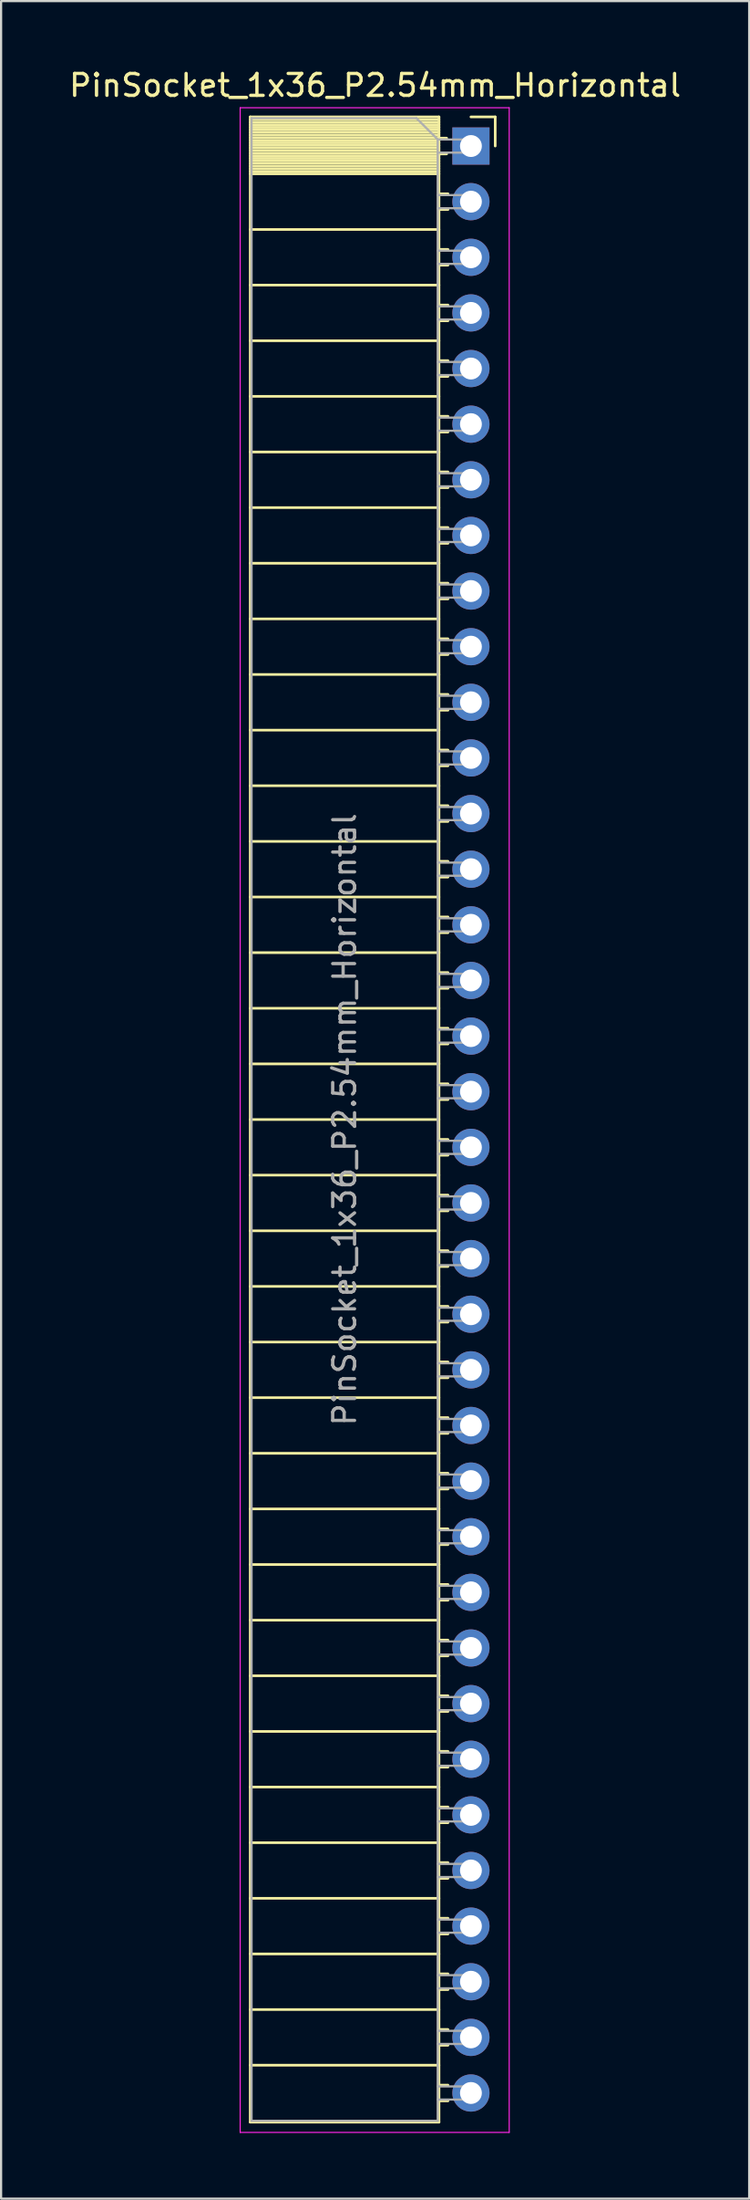
<source format=kicad_pcb>
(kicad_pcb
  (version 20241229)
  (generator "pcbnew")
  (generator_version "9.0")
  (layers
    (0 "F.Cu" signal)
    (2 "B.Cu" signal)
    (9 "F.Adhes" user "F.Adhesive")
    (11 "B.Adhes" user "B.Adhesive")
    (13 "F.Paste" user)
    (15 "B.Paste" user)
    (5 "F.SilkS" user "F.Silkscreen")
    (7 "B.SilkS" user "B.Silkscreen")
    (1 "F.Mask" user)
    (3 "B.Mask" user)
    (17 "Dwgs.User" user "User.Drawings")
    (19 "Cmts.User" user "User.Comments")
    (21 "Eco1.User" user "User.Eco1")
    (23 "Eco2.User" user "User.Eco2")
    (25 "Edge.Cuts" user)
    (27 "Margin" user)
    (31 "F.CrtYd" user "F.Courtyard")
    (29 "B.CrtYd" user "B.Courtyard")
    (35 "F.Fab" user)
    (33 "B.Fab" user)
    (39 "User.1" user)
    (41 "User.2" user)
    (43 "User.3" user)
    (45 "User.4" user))
  (footprint "PinSocket_1x36_P2.54mm_Horizontal"
    (layer "F.Cu")
    (at 18.481 3.618)
    (property "Reference" "PinSocket_1x36_P2.54mm_Horizontal" (at -4.38 -2.77 0) (layer "F.SilkS") (effects (font (size 1 1) (thickness 0.15))))
    (attr through_hole)
    (fp_line (start -10.09 -1.33) (end -10.09 90.23) (stroke (width 0.12) (type solid)) (layer "F.SilkS"))
    (fp_line (start -10.09 -1.33) (end -1.46 -1.33) (stroke (width 0.12) (type solid)) (layer "F.SilkS"))
    (fp_line (start -10.09 -1.21) (end -1.46 -1.21) (stroke (width 0.12) (type solid)) (layer "F.SilkS"))
    (fp_line (start -10.09 -1.092) (end -1.46 -1.092) (stroke (width 0.12) (type solid)) (layer "F.SilkS"))
    (fp_line (start -10.09 -0.974) (end -1.46 -0.974) (stroke (width 0.12) (type solid)) (layer "F.SilkS"))
    (fp_line (start -10.09 -0.856) (end -1.46 -0.856) (stroke (width 0.12) (type solid)) (layer "F.SilkS"))
    (fp_line (start -10.09 -0.738) (end -1.46 -0.738) (stroke (width 0.12) (type solid)) (layer "F.SilkS"))
    (fp_line (start -10.09 -0.62) (end -1.46 -0.62) (stroke (width 0.12) (type solid)) (layer "F.SilkS"))
    (fp_line (start -10.09 -0.501) (end -1.46 -0.501) (stroke (width 0.12) (type solid)) (layer "F.SilkS"))
    (fp_line (start -10.09 -0.383) (end -1.46 -0.383) (stroke (width 0.12) (type solid)) (layer "F.SilkS"))
    (fp_line (start -10.09 -0.265) (end -1.46 -0.265) (stroke (width 0.12) (type solid)) (layer "F.SilkS"))
    (fp_line (start -10.09 -0.147) (end -1.46 -0.147) (stroke (width 0.12) (type solid)) (layer "F.SilkS"))
    (fp_line (start -10.09 -0.029) (end -1.46 -0.029) (stroke (width 0.12) (type solid)) (layer "F.SilkS"))
    (fp_line (start -10.09 0.089) (end -1.46 0.089) (stroke (width 0.12) (type solid)) (layer "F.SilkS"))
    (fp_line (start -10.09 0.207) (end -1.46 0.207) (stroke (width 0.12) (type solid)) (layer "F.SilkS"))
    (fp_line (start -10.09 0.325) (end -1.46 0.325) (stroke (width 0.12) (type solid)) (layer "F.SilkS"))
    (fp_line (start -10.09 0.443) (end -1.46 0.443) (stroke (width 0.12) (type solid)) (layer "F.SilkS"))
    (fp_line (start -10.09 0.561) (end -1.46 0.561) (stroke (width 0.12) (type solid)) (layer "F.SilkS"))
    (fp_line (start -10.09 0.68) (end -1.46 0.68) (stroke (width 0.12) (type solid)) (layer "F.SilkS"))
    (fp_line (start -10.09 0.798) (end -1.46 0.798) (stroke (width 0.12) (type solid)) (layer "F.SilkS"))
    (fp_line (start -10.09 0.916) (end -1.46 0.916) (stroke (width 0.12) (type solid)) (layer "F.SilkS"))
    (fp_line (start -10.09 1.034) (end -1.46 1.034) (stroke (width 0.12) (type solid)) (layer "F.SilkS"))
    (fp_line (start -10.09 1.152) (end -1.46 1.152) (stroke (width 0.12) (type solid)) (layer "F.SilkS"))
    (fp_line (start -10.09 1.27) (end -1.46 1.27) (stroke (width 0.12) (type solid)) (layer "F.SilkS"))
    (fp_line (start -10.09 3.81) (end -1.46 3.81) (stroke (width 0.12) (type solid)) (layer "F.SilkS"))
    (fp_line (start -10.09 6.35) (end -1.46 6.35) (stroke (width 0.12) (type solid)) (layer "F.SilkS"))
    (fp_line (start -10.09 8.89) (end -1.46 8.89) (stroke (width 0.12) (type solid)) (layer "F.SilkS"))
    (fp_line (start -10.09 11.43) (end -1.46 11.43) (stroke (width 0.12) (type solid)) (layer "F.SilkS"))
    (fp_line (start -10.09 13.97) (end -1.46 13.97) (stroke (width 0.12) (type solid)) (layer "F.SilkS"))
    (fp_line (start -10.09 16.51) (end -1.46 16.51) (stroke (width 0.12) (type solid)) (layer "F.SilkS"))
    (fp_line (start -10.09 19.05) (end -1.46 19.05) (stroke (width 0.12) (type solid)) (layer "F.SilkS"))
    (fp_line (start -10.09 21.59) (end -1.46 21.59) (stroke (width 0.12) (type solid)) (layer "F.SilkS"))
    (fp_line (start -10.09 24.13) (end -1.46 24.13) (stroke (width 0.12) (type solid)) (layer "F.SilkS"))
    (fp_line (start -10.09 26.67) (end -1.46 26.67) (stroke (width 0.12) (type solid)) (layer "F.SilkS"))
    (fp_line (start -10.09 29.21) (end -1.46 29.21) (stroke (width 0.12) (type solid)) (layer "F.SilkS"))
    (fp_line (start -10.09 31.75) (end -1.46 31.75) (stroke (width 0.12) (type solid)) (layer "F.SilkS"))
    (fp_line (start -10.09 34.29) (end -1.46 34.29) (stroke (width 0.12) (type solid)) (layer "F.SilkS"))
    (fp_line (start -10.09 36.83) (end -1.46 36.83) (stroke (width 0.12) (type solid)) (layer "F.SilkS"))
    (fp_line (start -10.09 39.37) (end -1.46 39.37) (stroke (width 0.12) (type solid)) (layer "F.SilkS"))
    (fp_line (start -10.09 41.91) (end -1.46 41.91) (stroke (width 0.12) (type solid)) (layer "F.SilkS"))
    (fp_line (start -10.09 44.45) (end -1.46 44.45) (stroke (width 0.12) (type solid)) (layer "F.SilkS"))
    (fp_line (start -10.09 46.99) (end -1.46 46.99) (stroke (width 0.12) (type solid)) (layer "F.SilkS"))
    (fp_line (start -10.09 49.53) (end -1.46 49.53) (stroke (width 0.12) (type solid)) (layer "F.SilkS"))
    (fp_line (start -10.09 52.07) (end -1.46 52.07) (stroke (width 0.12) (type solid)) (layer "F.SilkS"))
    (fp_line (start -10.09 54.61) (end -1.46 54.61) (stroke (width 0.12) (type solid)) (layer "F.SilkS"))
    (fp_line (start -10.09 57.15) (end -1.46 57.15) (stroke (width 0.12) (type solid)) (layer "F.SilkS"))
    (fp_line (start -10.09 59.69) (end -1.46 59.69) (stroke (width 0.12) (type solid)) (layer "F.SilkS"))
    (fp_line (start -10.09 62.23) (end -1.46 62.23) (stroke (width 0.12) (type solid)) (layer "F.SilkS"))
    (fp_line (start -10.09 64.77) (end -1.46 64.77) (stroke (width 0.12) (type solid)) (layer "F.SilkS"))
    (fp_line (start -10.09 67.31) (end -1.46 67.31) (stroke (width 0.12) (type solid)) (layer "F.SilkS"))
    (fp_line (start -10.09 69.85) (end -1.46 69.85) (stroke (width 0.12) (type solid)) (layer "F.SilkS"))
    (fp_line (start -10.09 72.39) (end -1.46 72.39) (stroke (width 0.12) (type solid)) (layer "F.SilkS"))
    (fp_line (start -10.09 74.93) (end -1.46 74.93) (stroke (width 0.12) (type solid)) (layer "F.SilkS"))
    (fp_line (start -10.09 77.47) (end -1.46 77.47) (stroke (width 0.12) (type solid)) (layer "F.SilkS"))
    (fp_line (start -10.09 80.01) (end -1.46 80.01) (stroke (width 0.12) (type solid)) (layer "F.SilkS"))
    (fp_line (start -10.09 82.55) (end -1.46 82.55) (stroke (width 0.12) (type solid)) (layer "F.SilkS"))
    (fp_line (start -10.09 85.09) (end -1.46 85.09) (stroke (width 0.12) (type solid)) (layer "F.SilkS"))
    (fp_line (start -10.09 87.63) (end -1.46 87.63) (stroke (width 0.12) (type solid)) (layer "F.SilkS"))
    (fp_line (start -10.09 90.23) (end -1.46 90.23) (stroke (width 0.12) (type solid)) (layer "F.SilkS"))
    (fp_line (start -1.46 -1.33) (end -1.46 90.23) (stroke (width 0.12) (type solid)) (layer "F.SilkS"))
    (fp_line (start -1.46 -0.36) (end -1.11 -0.36) (stroke (width 0.12) (type solid)) (layer "F.SilkS"))
    (fp_line (start -1.46 0.36) (end -1.11 0.36) (stroke (width 0.12) (type solid)) (layer "F.SilkS"))
    (fp_line (start -1.46 2.18) (end -1.05 2.18) (stroke (width 0.12) (type solid)) (layer "F.SilkS"))
    (fp_line (start -1.46 2.9) (end -1.05 2.9) (stroke (width 0.12) (type solid)) (layer "F.SilkS"))
    (fp_line (start -1.46 4.72) (end -1.05 4.72) (stroke (width 0.12) (type solid)) (layer "F.SilkS"))
    (fp_line (start -1.46 5.44) (end -1.05 5.44) (stroke (width 0.12) (type solid)) (layer "F.SilkS"))
    (fp_line (start -1.46 7.26) (end -1.05 7.26) (stroke (width 0.12) (type solid)) (layer "F.SilkS"))
    (fp_line (start -1.46 7.98) (end -1.05 7.98) (stroke (width 0.12) (type solid)) (layer "F.SilkS"))
    (fp_line (start -1.46 9.8) (end -1.05 9.8) (stroke (width 0.12) (type solid)) (layer "F.SilkS"))
    (fp_line (start -1.46 10.52) (end -1.05 10.52) (stroke (width 0.12) (type solid)) (layer "F.SilkS"))
    (fp_line (start -1.46 12.34) (end -1.05 12.34) (stroke (width 0.12) (type solid)) (layer "F.SilkS"))
    (fp_line (start -1.46 13.06) (end -1.05 13.06) (stroke (width 0.12) (type solid)) (layer "F.SilkS"))
    (fp_line (start -1.46 14.88) (end -1.05 14.88) (stroke (width 0.12) (type solid)) (layer "F.SilkS"))
    (fp_line (start -1.46 15.6) (end -1.05 15.6) (stroke (width 0.12) (type solid)) (layer "F.SilkS"))
    (fp_line (start -1.46 17.42) (end -1.05 17.42) (stroke (width 0.12) (type solid)) (layer "F.SilkS"))
    (fp_line (start -1.46 18.14) (end -1.05 18.14) (stroke (width 0.12) (type solid)) (layer "F.SilkS"))
    (fp_line (start -1.46 19.96) (end -1.05 19.96) (stroke (width 0.12) (type solid)) (layer "F.SilkS"))
    (fp_line (start -1.46 20.68) (end -1.05 20.68) (stroke (width 0.12) (type solid)) (layer "F.SilkS"))
    (fp_line (start -1.46 22.5) (end -1.05 22.5) (stroke (width 0.12) (type solid)) (layer "F.SilkS"))
    (fp_line (start -1.46 23.22) (end -1.05 23.22) (stroke (width 0.12) (type solid)) (layer "F.SilkS"))
    (fp_line (start -1.46 25.04) (end -1.05 25.04) (stroke (width 0.12) (type solid)) (layer "F.SilkS"))
    (fp_line (start -1.46 25.76) (end -1.05 25.76) (stroke (width 0.12) (type solid)) (layer "F.SilkS"))
    (fp_line (start -1.46 27.58) (end -1.05 27.58) (stroke (width 0.12) (type solid)) (layer "F.SilkS"))
    (fp_line (start -1.46 28.3) (end -1.05 28.3) (stroke (width 0.12) (type solid)) (layer "F.SilkS"))
    (fp_line (start -1.46 30.12) (end -1.05 30.12) (stroke (width 0.12) (type solid)) (layer "F.SilkS"))
    (fp_line (start -1.46 30.84) (end -1.05 30.84) (stroke (width 0.12) (type solid)) (layer "F.SilkS"))
    (fp_line (start -1.46 32.66) (end -1.05 32.66) (stroke (width 0.12) (type solid)) (layer "F.SilkS"))
    (fp_line (start -1.46 33.38) (end -1.05 33.38) (stroke (width 0.12) (type solid)) (layer "F.SilkS"))
    (fp_line (start -1.46 35.2) (end -1.05 35.2) (stroke (width 0.12) (type solid)) (layer "F.SilkS"))
    (fp_line (start -1.46 35.92) (end -1.05 35.92) (stroke (width 0.12) (type solid)) (layer "F.SilkS"))
    (fp_line (start -1.46 37.74) (end -1.05 37.74) (stroke (width 0.12) (type solid)) (layer "F.SilkS"))
    (fp_line (start -1.46 38.46) (end -1.05 38.46) (stroke (width 0.12) (type solid)) (layer "F.SilkS"))
    (fp_line (start -1.46 40.28) (end -1.05 40.28) (stroke (width 0.12) (type solid)) (layer "F.SilkS"))
    (fp_line (start -1.46 41) (end -1.05 41) (stroke (width 0.12) (type solid)) (layer "F.SilkS"))
    (fp_line (start -1.46 42.82) (end -1.05 42.82) (stroke (width 0.12) (type solid)) (layer "F.SilkS"))
    (fp_line (start -1.46 43.54) (end -1.05 43.54) (stroke (width 0.12) (type solid)) (layer "F.SilkS"))
    (fp_line (start -1.46 45.36) (end -1.05 45.36) (stroke (width 0.12) (type solid)) (layer "F.SilkS"))
    (fp_line (start -1.46 46.08) (end -1.05 46.08) (stroke (width 0.12) (type solid)) (layer "F.SilkS"))
    (fp_line (start -1.46 47.9) (end -1.05 47.9) (stroke (width 0.12) (type solid)) (layer "F.SilkS"))
    (fp_line (start -1.46 48.62) (end -1.05 48.62) (stroke (width 0.12) (type solid)) (layer "F.SilkS"))
    (fp_line (start -1.46 50.44) (end -1.05 50.44) (stroke (width 0.12) (type solid)) (layer "F.SilkS"))
    (fp_line (start -1.46 51.16) (end -1.05 51.16) (stroke (width 0.12) (type solid)) (layer "F.SilkS"))
    (fp_line (start -1.46 52.98) (end -1.05 52.98) (stroke (width 0.12) (type solid)) (layer "F.SilkS"))
    (fp_line (start -1.46 53.7) (end -1.05 53.7) (stroke (width 0.12) (type solid)) (layer "F.SilkS"))
    (fp_line (start -1.46 55.52) (end -1.05 55.52) (stroke (width 0.12) (type solid)) (layer "F.SilkS"))
    (fp_line (start -1.46 56.24) (end -1.05 56.24) (stroke (width 0.12) (type solid)) (layer "F.SilkS"))
    (fp_line (start -1.46 58.06) (end -1.05 58.06) (stroke (width 0.12) (type solid)) (layer "F.SilkS"))
    (fp_line (start -1.46 58.78) (end -1.05 58.78) (stroke (width 0.12) (type solid)) (layer "F.SilkS"))
    (fp_line (start -1.46 60.6) (end -1.05 60.6) (stroke (width 0.12) (type solid)) (layer "F.SilkS"))
    (fp_line (start -1.46 61.32) (end -1.05 61.32) (stroke (width 0.12) (type solid)) (layer "F.SilkS"))
    (fp_line (start -1.46 63.14) (end -1.05 63.14) (stroke (width 0.12) (type solid)) (layer "F.SilkS"))
    (fp_line (start -1.46 63.86) (end -1.05 63.86) (stroke (width 0.12) (type solid)) (layer "F.SilkS"))
    (fp_line (start -1.46 65.68) (end -1.05 65.68) (stroke (width 0.12) (type solid)) (layer "F.SilkS"))
    (fp_line (start -1.46 66.4) (end -1.05 66.4) (stroke (width 0.12) (type solid)) (layer "F.SilkS"))
    (fp_line (start -1.46 68.22) (end -1.05 68.22) (stroke (width 0.12) (type solid)) (layer "F.SilkS"))
    (fp_line (start -1.46 68.94) (end -1.05 68.94) (stroke (width 0.12) (type solid)) (layer "F.SilkS"))
    (fp_line (start -1.46 70.76) (end -1.05 70.76) (stroke (width 0.12) (type solid)) (layer "F.SilkS"))
    (fp_line (start -1.46 71.48) (end -1.05 71.48) (stroke (width 0.12) (type solid)) (layer "F.SilkS"))
    (fp_line (start -1.46 73.3) (end -1.05 73.3) (stroke (width 0.12) (type solid)) (layer "F.SilkS"))
    (fp_line (start -1.46 74.02) (end -1.05 74.02) (stroke (width 0.12) (type solid)) (layer "F.SilkS"))
    (fp_line (start -1.46 75.84) (end -1.05 75.84) (stroke (width 0.12) (type solid)) (layer "F.SilkS"))
    (fp_line (start -1.46 76.56) (end -1.05 76.56) (stroke (width 0.12) (type solid)) (layer "F.SilkS"))
    (fp_line (start -1.46 78.38) (end -1.05 78.38) (stroke (width 0.12) (type solid)) (layer "F.SilkS"))
    (fp_line (start -1.46 79.1) (end -1.05 79.1) (stroke (width 0.12) (type solid)) (layer "F.SilkS"))
    (fp_line (start -1.46 80.92) (end -1.05 80.92) (stroke (width 0.12) (type solid)) (layer "F.SilkS"))
    (fp_line (start -1.46 81.64) (end -1.05 81.64) (stroke (width 0.12) (type solid)) (layer "F.SilkS"))
    (fp_line (start -1.46 83.46) (end -1.05 83.46) (stroke (width 0.12) (type solid)) (layer "F.SilkS"))
    (fp_line (start -1.46 84.18) (end -1.05 84.18) (stroke (width 0.12) (type solid)) (layer "F.SilkS"))
    (fp_line (start -1.46 86) (end -1.05 86) (stroke (width 0.12) (type solid)) (layer "F.SilkS"))
    (fp_line (start -1.46 86.72) (end -1.05 86.72) (stroke (width 0.12) (type solid)) (layer "F.SilkS"))
    (fp_line (start -1.46 88.54) (end -1.05 88.54) (stroke (width 0.12) (type solid)) (layer "F.SilkS"))
    (fp_line (start -1.46 89.26) (end -1.05 89.26) (stroke (width 0.12) (type solid)) (layer "F.SilkS"))
    (fp_line (start 0 -1.33) (end 1.11 -1.33) (stroke (width 0.12) (type solid)) (layer "F.SilkS"))
    (fp_line (start 1.11 -1.33) (end 1.11 0) (stroke (width 0.12) (type solid)) (layer "F.SilkS"))
    (fp_line (start -10.55 -1.75) (end -10.55 90.7) (stroke (width 0.05) (type solid)) (layer "F.CrtYd"))
    (fp_line (start -10.55 90.7) (end 1.75 90.7) (stroke (width 0.05) (type solid)) (layer "F.CrtYd"))
    (fp_line (start 1.75 -1.75) (end -10.55 -1.75) (stroke (width 0.05) (type solid)) (layer "F.CrtYd"))
    (fp_line (start 1.75 90.7) (end 1.75 -1.75) (stroke (width 0.05) (type solid)) (layer "F.CrtYd"))
    (fp_line (start -10.03 -1.27) (end -2.49 -1.27) (stroke (width 0.1) (type solid)) (layer "F.Fab"))
    (fp_line (start -10.03 90.17) (end -10.03 -1.27) (stroke (width 0.1) (type solid)) (layer "F.Fab"))
    (fp_line (start -2.49 -1.27) (end -1.52 -0.3) (stroke (width 0.1) (type solid)) (layer "F.Fab"))
    (fp_line (start -1.52 -0.3) (end -1.52 90.17) (stroke (width 0.1) (type solid)) (layer "F.Fab"))
    (fp_line (start -1.52 0.3) (end 0 0.3) (stroke (width 0.1) (type solid)) (layer "F.Fab"))
    (fp_line (start -1.52 2.84) (end 0 2.84) (stroke (width 0.1) (type solid)) (layer "F.Fab"))
    (fp_line (start -1.52 5.38) (end 0 5.38) (stroke (width 0.1) (type solid)) (layer "F.Fab"))
    (fp_line (start -1.52 7.92) (end 0 7.92) (stroke (width 0.1) (type solid)) (layer "F.Fab"))
    (fp_line (start -1.52 10.46) (end 0 10.46) (stroke (width 0.1) (type solid)) (layer "F.Fab"))
    (fp_line (start -1.52 13) (end 0 13) (stroke (width 0.1) (type solid)) (layer "F.Fab"))
    (fp_line (start -1.52 15.54) (end 0 15.54) (stroke (width 0.1) (type solid)) (layer "F.Fab"))
    (fp_line (start -1.52 18.08) (end 0 18.08) (stroke (width 0.1) (type solid)) (layer "F.Fab"))
    (fp_line (start -1.52 20.62) (end 0 20.62) (stroke (width 0.1) (type solid)) (layer "F.Fab"))
    (fp_line (start -1.52 23.16) (end 0 23.16) (stroke (width 0.1) (type solid)) (layer "F.Fab"))
    (fp_line (start -1.52 25.7) (end 0 25.7) (stroke (width 0.1) (type solid)) (layer "F.Fab"))
    (fp_line (start -1.52 28.24) (end 0 28.24) (stroke (width 0.1) (type solid)) (layer "F.Fab"))
    (fp_line (start -1.52 30.78) (end 0 30.78) (stroke (width 0.1) (type solid)) (layer "F.Fab"))
    (fp_line (start -1.52 33.32) (end 0 33.32) (stroke (width 0.1) (type solid)) (layer "F.Fab"))
    (fp_line (start -1.52 35.86) (end 0 35.86) (stroke (width 0.1) (type solid)) (layer "F.Fab"))
    (fp_line (start -1.52 38.4) (end 0 38.4) (stroke (width 0.1) (type solid)) (layer "F.Fab"))
    (fp_line (start -1.52 40.94) (end 0 40.94) (stroke (width 0.1) (type solid)) (layer "F.Fab"))
    (fp_line (start -1.52 43.48) (end 0 43.48) (stroke (width 0.1) (type solid)) (layer "F.Fab"))
    (fp_line (start -1.52 46.02) (end 0 46.02) (stroke (width 0.1) (type solid)) (layer "F.Fab"))
    (fp_line (start -1.52 48.56) (end 0 48.56) (stroke (width 0.1) (type solid)) (layer "F.Fab"))
    (fp_line (start -1.52 51.1) (end 0 51.1) (stroke (width 0.1) (type solid)) (layer "F.Fab"))
    (fp_line (start -1.52 53.64) (end 0 53.64) (stroke (width 0.1) (type solid)) (layer "F.Fab"))
    (fp_line (start -1.52 56.18) (end 0 56.18) (stroke (width 0.1) (type solid)) (layer "F.Fab"))
    (fp_line (start -1.52 58.72) (end 0 58.72) (stroke (width 0.1) (type solid)) (layer "F.Fab"))
    (fp_line (start -1.52 61.26) (end 0 61.26) (stroke (width 0.1) (type solid)) (layer "F.Fab"))
    (fp_line (start -1.52 63.8) (end 0 63.8) (stroke (width 0.1) (type solid)) (layer "F.Fab"))
    (fp_line (start -1.52 66.34) (end 0 66.34) (stroke (width 0.1) (type solid)) (layer "F.Fab"))
    (fp_line (start -1.52 68.88) (end 0 68.88) (stroke (width 0.1) (type solid)) (layer "F.Fab"))
    (fp_line (start -1.52 71.42) (end 0 71.42) (stroke (width 0.1) (type solid)) (layer "F.Fab"))
    (fp_line (start -1.52 73.96) (end 0 73.96) (stroke (width 0.1) (type solid)) (layer "F.Fab"))
    (fp_line (start -1.52 76.5) (end 0 76.5) (stroke (width 0.1) (type solid)) (layer "F.Fab"))
    (fp_line (start -1.52 79.04) (end 0 79.04) (stroke (width 0.1) (type solid)) (layer "F.Fab"))
    (fp_line (start -1.52 81.58) (end 0 81.58) (stroke (width 0.1) (type solid)) (layer "F.Fab"))
    (fp_line (start -1.52 84.12) (end 0 84.12) (stroke (width 0.1) (type solid)) (layer "F.Fab"))
    (fp_line (start -1.52 86.66) (end 0 86.66) (stroke (width 0.1) (type solid)) (layer "F.Fab"))
    (fp_line (start -1.52 89.2) (end 0 89.2) (stroke (width 0.1) (type solid)) (layer "F.Fab"))
    (fp_line (start -1.52 90.17) (end -10.03 90.17) (stroke (width 0.1) (type solid)) (layer "F.Fab"))
    (fp_line (start 0 -0.3) (end -1.52 -0.3) (stroke (width 0.1) (type solid)) (layer "F.Fab"))
    (fp_line (start 0 0.3) (end 0 -0.3) (stroke (width 0.1) (type solid)) (layer "F.Fab"))
    (fp_line (start 0 2.24) (end -1.52 2.24) (stroke (width 0.1) (type solid)) (layer "F.Fab"))
    (fp_line (start 0 2.84) (end 0 2.24) (stroke (width 0.1) (type solid)) (layer "F.Fab"))
    (fp_line (start 0 4.78) (end -1.52 4.78) (stroke (width 0.1) (type solid)) (layer "F.Fab"))
    (fp_line (start 0 5.38) (end 0 4.78) (stroke (width 0.1) (type solid)) (layer "F.Fab"))
    (fp_line (start 0 7.32) (end -1.52 7.32) (stroke (width 0.1) (type solid)) (layer "F.Fab"))
    (fp_line (start 0 7.92) (end 0 7.32) (stroke (width 0.1) (type solid)) (layer "F.Fab"))
    (fp_line (start 0 9.86) (end -1.52 9.86) (stroke (width 0.1) (type solid)) (layer "F.Fab"))
    (fp_line (start 0 10.46) (end 0 9.86) (stroke (width 0.1) (type solid)) (layer "F.Fab"))
    (fp_line (start 0 12.4) (end -1.52 12.4) (stroke (width 0.1) (type solid)) (layer "F.Fab"))
    (fp_line (start 0 13) (end 0 12.4) (stroke (width 0.1) (type solid)) (layer "F.Fab"))
    (fp_line (start 0 14.94) (end -1.52 14.94) (stroke (width 0.1) (type solid)) (layer "F.Fab"))
    (fp_line (start 0 15.54) (end 0 14.94) (stroke (width 0.1) (type solid)) (layer "F.Fab"))
    (fp_line (start 0 17.48) (end -1.52 17.48) (stroke (width 0.1) (type solid)) (layer "F.Fab"))
    (fp_line (start 0 18.08) (end 0 17.48) (stroke (width 0.1) (type solid)) (layer "F.Fab"))
    (fp_line (start 0 20.02) (end -1.52 20.02) (stroke (width 0.1) (type solid)) (layer "F.Fab"))
    (fp_line (start 0 20.62) (end 0 20.02) (stroke (width 0.1) (type solid)) (layer "F.Fab"))
    (fp_line (start 0 22.56) (end -1.52 22.56) (stroke (width 0.1) (type solid)) (layer "F.Fab"))
    (fp_line (start 0 23.16) (end 0 22.56) (stroke (width 0.1) (type solid)) (layer "F.Fab"))
    (fp_line (start 0 25.1) (end -1.52 25.1) (stroke (width 0.1) (type solid)) (layer "F.Fab"))
    (fp_line (start 0 25.7) (end 0 25.1) (stroke (width 0.1) (type solid)) (layer "F.Fab"))
    (fp_line (start 0 27.64) (end -1.52 27.64) (stroke (width 0.1) (type solid)) (layer "F.Fab"))
    (fp_line (start 0 28.24) (end 0 27.64) (stroke (width 0.1) (type solid)) (layer "F.Fab"))
    (fp_line (start 0 30.18) (end -1.52 30.18) (stroke (width 0.1) (type solid)) (layer "F.Fab"))
    (fp_line (start 0 30.78) (end 0 30.18) (stroke (width 0.1) (type solid)) (layer "F.Fab"))
    (fp_line (start 0 32.72) (end -1.52 32.72) (stroke (width 0.1) (type solid)) (layer "F.Fab"))
    (fp_line (start 0 33.32) (end 0 32.72) (stroke (width 0.1) (type solid)) (layer "F.Fab"))
    (fp_line (start 0 35.26) (end -1.52 35.26) (stroke (width 0.1) (type solid)) (layer "F.Fab"))
    (fp_line (start 0 35.86) (end 0 35.26) (stroke (width 0.1) (type solid)) (layer "F.Fab"))
    (fp_line (start 0 37.8) (end -1.52 37.8) (stroke (width 0.1) (type solid)) (layer "F.Fab"))
    (fp_line (start 0 38.4) (end 0 37.8) (stroke (width 0.1) (type solid)) (layer "F.Fab"))
    (fp_line (start 0 40.34) (end -1.52 40.34) (stroke (width 0.1) (type solid)) (layer "F.Fab"))
    (fp_line (start 0 40.94) (end 0 40.34) (stroke (width 0.1) (type solid)) (layer "F.Fab"))
    (fp_line (start 0 42.88) (end -1.52 42.88) (stroke (width 0.1) (type solid)) (layer "F.Fab"))
    (fp_line (start 0 43.48) (end 0 42.88) (stroke (width 0.1) (type solid)) (layer "F.Fab"))
    (fp_line (start 0 45.42) (end -1.52 45.42) (stroke (width 0.1) (type solid)) (layer "F.Fab"))
    (fp_line (start 0 46.02) (end 0 45.42) (stroke (width 0.1) (type solid)) (layer "F.Fab"))
    (fp_line (start 0 47.96) (end -1.52 47.96) (stroke (width 0.1) (type solid)) (layer "F.Fab"))
    (fp_line (start 0 48.56) (end 0 47.96) (stroke (width 0.1) (type solid)) (layer "F.Fab"))
    (fp_line (start 0 50.5) (end -1.52 50.5) (stroke (width 0.1) (type solid)) (layer "F.Fab"))
    (fp_line (start 0 51.1) (end 0 50.5) (stroke (width 0.1) (type solid)) (layer "F.Fab"))
    (fp_line (start 0 53.04) (end -1.52 53.04) (stroke (width 0.1) (type solid)) (layer "F.Fab"))
    (fp_line (start 0 53.64) (end 0 53.04) (stroke (width 0.1) (type solid)) (layer "F.Fab"))
    (fp_line (start 0 55.58) (end -1.52 55.58) (stroke (width 0.1) (type solid)) (layer "F.Fab"))
    (fp_line (start 0 56.18) (end 0 55.58) (stroke (width 0.1) (type solid)) (layer "F.Fab"))
    (fp_line (start 0 58.12) (end -1.52 58.12) (stroke (width 0.1) (type solid)) (layer "F.Fab"))
    (fp_line (start 0 58.72) (end 0 58.12) (stroke (width 0.1) (type solid)) (layer "F.Fab"))
    (fp_line (start 0 60.66) (end -1.52 60.66) (stroke (width 0.1) (type solid)) (layer "F.Fab"))
    (fp_line (start 0 61.26) (end 0 60.66) (stroke (width 0.1) (type solid)) (layer "F.Fab"))
    (fp_line (start 0 63.2) (end -1.52 63.2) (stroke (width 0.1) (type solid)) (layer "F.Fab"))
    (fp_line (start 0 63.8) (end 0 63.2) (stroke (width 0.1) (type solid)) (layer "F.Fab"))
    (fp_line (start 0 65.74) (end -1.52 65.74) (stroke (width 0.1) (type solid)) (layer "F.Fab"))
    (fp_line (start 0 66.34) (end 0 65.74) (stroke (width 0.1) (type solid)) (layer "F.Fab"))
    (fp_line (start 0 68.28) (end -1.52 68.28) (stroke (width 0.1) (type solid)) (layer "F.Fab"))
    (fp_line (start 0 68.88) (end 0 68.28) (stroke (width 0.1) (type solid)) (layer "F.Fab"))
    (fp_line (start 0 70.82) (end -1.52 70.82) (stroke (width 0.1) (type solid)) (layer "F.Fab"))
    (fp_line (start 0 71.42) (end 0 70.82) (stroke (width 0.1) (type solid)) (layer "F.Fab"))
    (fp_line (start 0 73.36) (end -1.52 73.36) (stroke (width 0.1) (type solid)) (layer "F.Fab"))
    (fp_line (start 0 73.96) (end 0 73.36) (stroke (width 0.1) (type solid)) (layer "F.Fab"))
    (fp_line (start 0 75.9) (end -1.52 75.9) (stroke (width 0.1) (type solid)) (layer "F.Fab"))
    (fp_line (start 0 76.5) (end 0 75.9) (stroke (width 0.1) (type solid)) (layer "F.Fab"))
    (fp_line (start 0 78.44) (end -1.52 78.44) (stroke (width 0.1) (type solid)) (layer "F.Fab"))
    (fp_line (start 0 79.04) (end 0 78.44) (stroke (width 0.1) (type solid)) (layer "F.Fab"))
    (fp_line (start 0 80.98) (end -1.52 80.98) (stroke (width 0.1) (type solid)) (layer "F.Fab"))
    (fp_line (start 0 81.58) (end 0 80.98) (stroke (width 0.1) (type solid)) (layer "F.Fab"))
    (fp_line (start 0 83.52) (end -1.52 83.52) (stroke (width 0.1) (type solid)) (layer "F.Fab"))
    (fp_line (start 0 84.12) (end 0 83.52) (stroke (width 0.1) (type solid)) (layer "F.Fab"))
    (fp_line (start 0 86.06) (end -1.52 86.06) (stroke (width 0.1) (type solid)) (layer "F.Fab"))
    (fp_line (start 0 86.66) (end 0 86.06) (stroke (width 0.1) (type solid)) (layer "F.Fab"))
    (fp_line (start 0 88.6) (end -1.52 88.6) (stroke (width 0.1) (type solid)) (layer "F.Fab"))
    (fp_line (start 0 89.2) (end 0 88.6) (stroke (width 0.1) (type solid)) (layer "F.Fab"))
    (fp_text user "${REFERENCE}" (at -5.775 44.45 90) (layer "F.Fab") (effects (font (size 1 1) (thickness 0.15))))
    (pad "1" thru_hole rect (at 0 0) (size 1.7 1.7) (drill 1) (layers "*.Cu" "*.Mask"))
    (pad "2" thru_hole circle (at 0 2.54) (size 1.7 1.7) (drill 1) (layers "*.Cu" "*.Mask"))
    (pad "3" thru_hole circle (at 0 5.08) (size 1.7 1.7) (drill 1) (layers "*.Cu" "*.Mask"))
    (pad "4" thru_hole circle (at 0 7.62) (size 1.7 1.7) (drill 1) (layers "*.Cu" "*.Mask"))
    (pad "5" thru_hole circle (at 0 10.16) (size 1.7 1.7) (drill 1) (layers "*.Cu" "*.Mask"))
    (pad "6" thru_hole circle (at 0 12.7) (size 1.7 1.7) (drill 1) (layers "*.Cu" "*.Mask"))
    (pad "7" thru_hole circle (at 0 15.24) (size 1.7 1.7) (drill 1) (layers "*.Cu" "*.Mask"))
    (pad "8" thru_hole circle (at 0 17.78) (size 1.7 1.7) (drill 1) (layers "*.Cu" "*.Mask"))
    (pad "9" thru_hole circle (at 0 20.32) (size 1.7 1.7) (drill 1) (layers "*.Cu" "*.Mask"))
    (pad "10" thru_hole circle (at 0 22.86) (size 1.7 1.7) (drill 1) (layers "*.Cu" "*.Mask"))
    (pad "11" thru_hole circle (at 0 25.4) (size 1.7 1.7) (drill 1) (layers "*.Cu" "*.Mask"))
    (pad "12" thru_hole circle (at 0 27.94) (size 1.7 1.7) (drill 1) (layers "*.Cu" "*.Mask"))
    (pad "13" thru_hole circle (at 0 30.48) (size 1.7 1.7) (drill 1) (layers "*.Cu" "*.Mask"))
    (pad "14" thru_hole circle (at 0 33.02) (size 1.7 1.7) (drill 1) (layers "*.Cu" "*.Mask"))
    (pad "15" thru_hole circle (at 0 35.56) (size 1.7 1.7) (drill 1) (layers "*.Cu" "*.Mask"))
    (pad "16" thru_hole circle (at 0 38.1) (size 1.7 1.7) (drill 1) (layers "*.Cu" "*.Mask"))
    (pad "17" thru_hole circle (at 0 40.64) (size 1.7 1.7) (drill 1) (layers "*.Cu" "*.Mask"))
    (pad "18" thru_hole circle (at 0 43.18) (size 1.7 1.7) (drill 1) (layers "*.Cu" "*.Mask"))
    (pad "19" thru_hole circle (at 0 45.72) (size 1.7 1.7) (drill 1) (layers "*.Cu" "*.Mask"))
    (pad "20" thru_hole circle (at 0 48.26) (size 1.7 1.7) (drill 1) (layers "*.Cu" "*.Mask"))
    (pad "21" thru_hole circle (at 0 50.8) (size 1.7 1.7) (drill 1) (layers "*.Cu" "*.Mask"))
    (pad "22" thru_hole circle (at 0 53.34) (size 1.7 1.7) (drill 1) (layers "*.Cu" "*.Mask"))
    (pad "23" thru_hole circle (at 0 55.88) (size 1.7 1.7) (drill 1) (layers "*.Cu" "*.Mask"))
    (pad "24" thru_hole circle (at 0 58.42) (size 1.7 1.7) (drill 1) (layers "*.Cu" "*.Mask"))
    (pad "25" thru_hole circle (at 0 60.96) (size 1.7 1.7) (drill 1) (layers "*.Cu" "*.Mask"))
    (pad "26" thru_hole circle (at 0 63.5) (size 1.7 1.7) (drill 1) (layers "*.Cu" "*.Mask"))
    (pad "27" thru_hole circle (at 0 66.04) (size 1.7 1.7) (drill 1) (layers "*.Cu" "*.Mask"))
    (pad "28" thru_hole circle (at 0 68.58) (size 1.7 1.7) (drill 1) (layers "*.Cu" "*.Mask"))
    (pad "29" thru_hole circle (at 0 71.12) (size 1.7 1.7) (drill 1) (layers "*.Cu" "*.Mask"))
    (pad "30" thru_hole circle (at 0 73.66) (size 1.7 1.7) (drill 1) (layers "*.Cu" "*.Mask"))
    (pad "31" thru_hole circle (at 0 76.2) (size 1.7 1.7) (drill 1) (layers "*.Cu" "*.Mask"))
    (pad "32" thru_hole circle (at 0 78.74) (size 1.7 1.7) (drill 1) (layers "*.Cu" "*.Mask"))
    (pad "33" thru_hole circle (at 0 81.28) (size 1.7 1.7) (drill 1) (layers "*.Cu" "*.Mask"))
    (pad "34" thru_hole circle (at 0 83.82) (size 1.7 1.7) (drill 1) (layers "*.Cu" "*.Mask"))
    (pad "35" thru_hole circle (at 0 86.36) (size 1.7 1.7) (drill 1) (layers "*.Cu" "*.Mask"))
    (pad "36" thru_hole circle (at 0 88.9) (size 1.7 1.7) (drill 1) (layers "*.Cu" "*.Mask")))
  (gr_rect
    (start -3 -3)
    (end 31.202 97.343)
    (stroke (width 0.1) (type default))
    (fill no)
    (layer "Edge.Cuts")))
</source>
